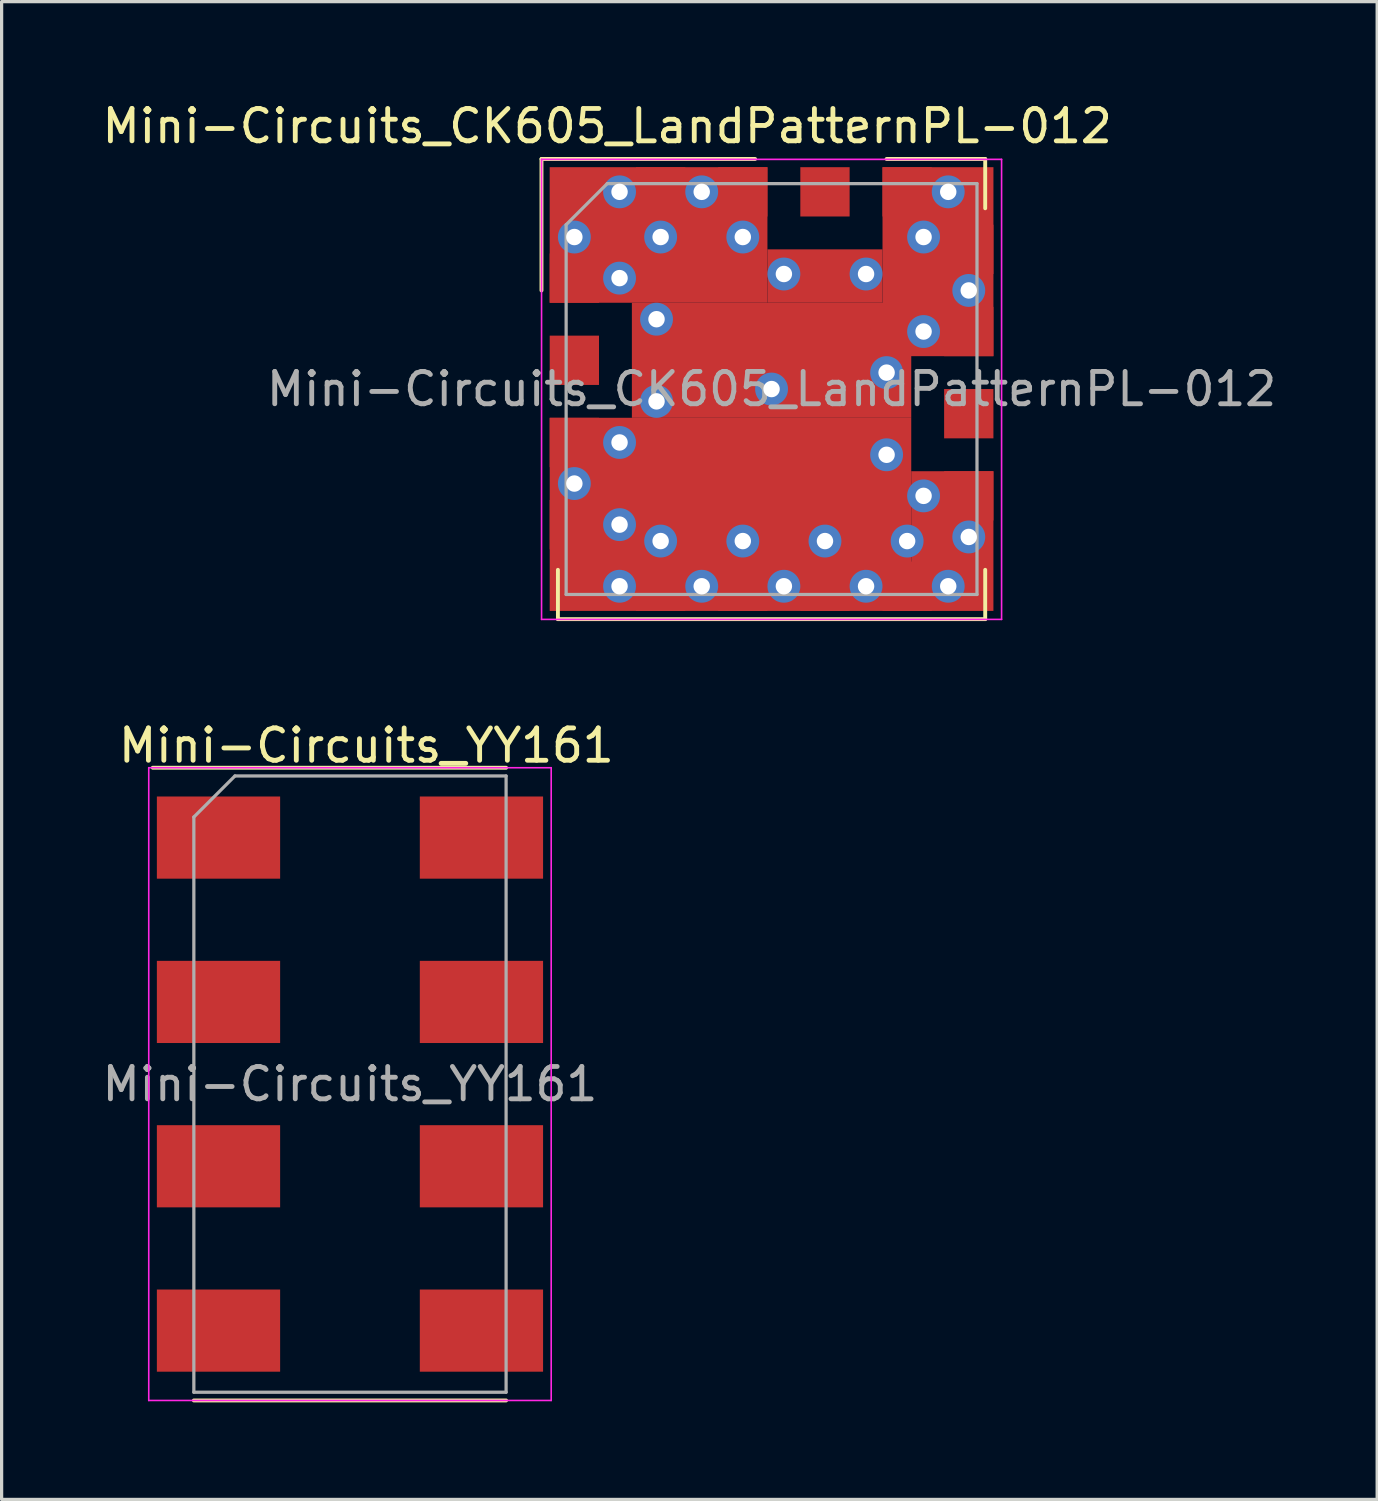
<source format=kicad_pcb>
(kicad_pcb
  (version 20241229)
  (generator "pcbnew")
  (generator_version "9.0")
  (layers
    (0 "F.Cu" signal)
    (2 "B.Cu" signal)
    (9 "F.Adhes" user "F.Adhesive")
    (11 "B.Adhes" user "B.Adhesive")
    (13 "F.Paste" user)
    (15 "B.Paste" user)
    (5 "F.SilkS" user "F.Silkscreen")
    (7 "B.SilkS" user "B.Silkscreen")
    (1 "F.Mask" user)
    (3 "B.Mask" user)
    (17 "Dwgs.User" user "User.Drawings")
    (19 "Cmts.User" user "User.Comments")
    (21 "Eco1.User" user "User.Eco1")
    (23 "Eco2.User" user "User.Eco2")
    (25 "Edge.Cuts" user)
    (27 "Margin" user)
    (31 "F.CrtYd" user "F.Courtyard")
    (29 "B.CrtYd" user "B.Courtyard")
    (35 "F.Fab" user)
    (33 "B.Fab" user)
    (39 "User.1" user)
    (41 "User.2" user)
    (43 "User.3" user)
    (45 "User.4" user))
  (footprint "Mini-Circuits_YY161"
    (layer "F.Cu")
    (at 7.768 30.461)
    (property "Reference" "Mini-Circuits_YY161" (at 0.508 -10.465 0) (layer "F.SilkS") (effects (font (size 1 1) (thickness 0.15))))
    (attr smd)
    (fp_line (start -4.826 9.779) (end 4.826 9.779) (stroke (width 0.12) (type solid)) (layer "F.SilkS"))
    (fp_line (start 4.826 -9.779) (end -6.096 -9.779) (stroke (width 0.12) (type solid)) (layer "F.SilkS"))
    (fp_line (start -6.22 -9.78) (end -6.22 9.78) (stroke (width 0.05) (type solid)) (layer "F.CrtYd"))
    (fp_line (start -6.22 -9.78) (end 6.22 -9.78) (stroke (width 0.05) (type solid)) (layer "F.CrtYd"))
    (fp_line (start 6.22 9.78) (end -6.22 9.78) (stroke (width 0.05) (type solid)) (layer "F.CrtYd"))
    (fp_line (start 6.22 9.78) (end 6.22 -9.78) (stroke (width 0.05) (type solid)) (layer "F.CrtYd"))
    (fp_line (start -4.826 -8.255) (end -4.826 9.525) (stroke (width 0.1) (type solid)) (layer "F.Fab"))
    (fp_line (start -3.556 -9.525) (end -4.826 -8.255) (stroke (width 0.1) (type solid)) (layer "F.Fab"))
    (fp_line (start 4.826 -9.525) (end -3.556 -9.525) (stroke (width 0.1) (type solid)) (layer "F.Fab"))
    (fp_line (start 4.826 9.525) (end -4.826 9.525) (stroke (width 0.1) (type solid)) (layer "F.Fab"))
    (fp_line (start 4.826 9.525) (end 4.826 -9.525) (stroke (width 0.1) (type solid)) (layer "F.Fab"))
    (fp_text user "${REFERENCE}" (at 0 0 0) (layer "F.Fab") (effects (font (size 1 1) (thickness 0.15))))
    (pad "1" smd rect (at -4.064 -7.62 270) (size 2.54 3.81) (layers "F.Cu" "F.Mask" "F.Paste"))
    (pad "2" smd rect (at 4.064 -7.62 270) (size 2.54 3.81) (layers "F.Cu" "F.Mask" "F.Paste"))
    (pad "3" smd rect (at -4.064 -2.54 270) (size 2.54 3.81) (layers "F.Cu" "F.Mask" "F.Paste"))
    (pad "4" smd rect (at 4.064 -2.54 270) (size 2.54 3.81) (layers "F.Cu" "F.Mask" "F.Paste"))
    (pad "5" smd rect (at -4.064 2.54 270) (size 2.54 3.81) (layers "F.Cu" "F.Mask" "F.Paste"))
    (pad "6" smd rect (at 4.064 2.54 270) (size 2.54 3.81) (layers "F.Cu" "F.Mask" "F.Paste"))
    (pad "7" smd rect (at -4.064 7.62 270) (size 2.54 3.81) (layers "F.Cu" "F.Mask" "F.Paste"))
    (pad "8" smd rect (at 4.064 7.62 270) (size 2.54 3.81) (layers "F.Cu" "F.Mask" "F.Paste")))
  (footprint "Mini-Circuits_CK605_LandPatternPL-012"
    (layer "F.Cu")
    (at 20.8 8.976)
    (property "Reference" "Mini-Circuits_CK605_LandPatternPL-012" (at -5.08 -8.128 180) (layer "F.SilkS") (effects (font (size 1 1) (thickness 0.15))))
    (attr smd)
    (fp_line (start -7.112 -7.112) (end -0.508 -7.112) (stroke (width 0.12) (type solid)) (layer "F.SilkS"))
    (fp_line (start -7.112 -3.048) (end -7.112 -7.112) (stroke (width 0.12) (type solid)) (layer "F.SilkS"))
    (fp_line (start -6.604 5.588) (end -6.604 7.112) (stroke (width 0.12) (type solid)) (layer "F.SilkS"))
    (fp_line (start -6.604 7.112) (end 6.604 7.112) (stroke (width 0.12) (type solid)) (layer "F.SilkS"))
    (fp_line (start 3.556 -7.112) (end 6.604 -7.112) (stroke (width 0.12) (type solid)) (layer "F.SilkS"))
    (fp_line (start 6.604 -7.112) (end 6.604 -5.588) (stroke (width 0.12) (type solid)) (layer "F.SilkS"))
    (fp_line (start 6.604 7.112) (end 6.604 5.588) (stroke (width 0.12) (type solid)) (layer "F.SilkS"))
    (fp_line (start -7.11 -7.1) (end -7.11 7.12) (stroke (width 0.05) (type solid)) (layer "F.CrtYd"))
    (fp_line (start -7.11 -7.1) (end 7.11 -7.1) (stroke (width 0.05) (type solid)) (layer "F.CrtYd"))
    (fp_line (start 7.11 7.12) (end -7.11 7.12) (stroke (width 0.05) (type solid)) (layer "F.CrtYd"))
    (fp_line (start 7.11 7.12) (end 7.11 -7.1) (stroke (width 0.05) (type solid)) (layer "F.CrtYd"))
    (fp_line (start -6.35 -5.08) (end -6.35 6.35) (stroke (width 0.1) (type solid)) (layer "F.Fab"))
    (fp_line (start -6.35 -5.08) (end -5.08 -6.35) (stroke (width 0.1) (type solid)) (layer "F.Fab"))
    (fp_line (start -6.35 6.35) (end 6.35 6.35) (stroke (width 0.1) (type solid)) (layer "F.Fab"))
    (fp_line (start 6.35 -6.35) (end -5.08 -6.35) (stroke (width 0.1) (type solid)) (layer "F.Fab"))
    (fp_line (start 6.35 6.35) (end 6.35 -6.35) (stroke (width 0.1) (type solid)) (layer "F.Fab"))
    (fp_text user "${REFERENCE}" (at 0 0 0) (layer "F.Fab") (effects (font (size 1 1) (thickness 0.15))))
    (pad "1" thru_hole circle (at -6.096 -4.699) (size 1.016 1.016) (drill 0.508) (layers "*.Cu"))
    (pad "1" smd rect (at -6.096 -3.429 270) (size 1.524 1.524) (layers "F.Cu" "F.Mask" "F.Paste"))
    (pad "1" thru_hole circle (at -6.096 2.921) (size 1.016 1.016) (drill 0.508) (layers "*.Cu"))
    (pad "1" thru_hole circle (at -4.699 -6.096) (size 1.016 1.016) (drill 0.508) (layers "*.Cu"))
    (pad "1" thru_hole circle (at -4.699 -3.429) (size 1.016 1.016) (drill 0.508) (layers "*.Cu"))
    (pad "1" thru_hole circle (at -4.699 1.651) (size 1.016 1.016) (drill 0.508) (layers "*.Cu"))
    (pad "1" thru_hole circle (at -4.699 4.191) (size 1.016 1.016) (drill 0.508) (layers "*.Cu"))
    (pad "1" thru_hole circle (at -4.699 6.096) (size 1.016 1.016) (drill 0.508) (layers "*.Cu"))
    (pad "1" thru_hole circle (at -3.556 -2.159) (size 1.016 1.016) (drill 0.508) (layers "*.Cu"))
    (pad "1" thru_hole circle (at -3.556 0.381) (size 1.016 1.016) (drill 0.508) (layers "*.Cu"))
    (pad "1" smd rect (at -3.493 -4.763) (size 6.731 4.191) (layers "F.Cu"))
    (pad "1" thru_hole circle (at -3.429 -4.699) (size 1.016 1.016) (drill 0.508) (layers "*.Cu"))
    (pad "1" thru_hole circle (at -3.429 4.699) (size 1.016 1.016) (drill 0.508) (layers "*.Cu"))
    (pad "1" thru_hole circle (at -2.159 -6.096) (size 1.016 1.016) (drill 0.508) (layers "*.Cu"))
    (pad "1" thru_hole circle (at -2.159 6.096) (size 1.016 1.016) (drill 0.508) (layers "*.Cu"))
    (pad "1" smd rect (at -1.27 3.873) (size 11.176 5.969) (layers "F.Cu"))
    (pad "1" thru_hole circle (at -0.889 -4.699) (size 1.016 1.016) (drill 0.508) (layers "*.Cu"))
    (pad "1" thru_hole circle (at -0.889 4.699) (size 1.016 1.016) (drill 0.508) (layers "*.Cu"))
    (pad "1" smd rect (at 0 -0.889) (size 8.636 3.556) (layers "F.Cu"))
    (pad "1" thru_hole circle (at 0 0) (size 1.016 1.016) (drill 0.508) (layers "*.Cu"))
    (pad "1" thru_hole circle (at 0.381 -3.556) (size 1.016 1.016) (drill 0.508) (layers "*.Cu"))
    (pad "1" thru_hole circle (at 0.381 6.096) (size 1.016 1.016) (drill 0.508) (layers "*.Cu"))
    (pad "1" smd rect (at 1.651 -3.493) (size 3.556 1.651) (layers "F.Cu"))
    (pad "1" thru_hole circle (at 1.651 4.699) (size 1.016 1.016) (drill 0.508) (layers "*.Cu"))
    (pad "1" thru_hole circle (at 2.921 -3.556) (size 1.016 1.016) (drill 0.508) (layers "*.Cu"))
    (pad "1" thru_hole circle (at 2.921 6.096) (size 1.016 1.016) (drill 0.508) (layers "*.Cu"))
    (pad "1" thru_hole circle (at 3.556 -0.508) (size 1.016 1.016) (drill 0.508) (layers "*.Cu"))
    (pad "1" thru_hole circle (at 3.556 2.032) (size 1.016 1.016) (drill 0.508) (layers "*.Cu"))
    (pad "1" thru_hole circle (at 4.191 4.699) (size 1.016 1.016) (drill 0.508) (layers "*.Cu"))
    (pad "1" thru_hole circle (at 4.699 -4.699) (size 1.016 1.016) (drill 0.508) (layers "*.Cu"))
    (pad "1" thru_hole circle (at 4.699 -1.778) (size 1.016 1.016) (drill 0.508) (layers "*.Cu"))
    (pad "1" thru_hole circle (at 4.699 3.302) (size 1.016 1.016) (drill 0.508) (layers "*.Cu"))
    (pad "1" smd rect (at 5.144 -3.937) (size 3.429 5.842) (layers "F.Cu"))
    (pad "1" thru_hole circle (at 5.461 -6.096) (size 1.016 1.016) (drill 0.508) (layers "*.Cu"))
    (pad "1" thru_hole circle (at 5.461 6.096) (size 1.016 1.016) (drill 0.508) (layers "*.Cu"))
    (pad "1" smd rect (at 5.588 4.699) (size 2.54 4.318) (layers "F.Cu"))
    (pad "1" thru_hole circle (at 6.096 -3.048) (size 1.016 1.016) (drill 0.508) (layers "*.Cu"))
    (pad "1" thru_hole circle (at 6.096 4.572) (size 1.016 1.016) (drill 0.508) (layers "*.Cu"))
    (pad "2" smd rect (at -6.096 -0.889 270) (size 1.524 1.524) (layers "F.Cu" "F.Mask" "F.Paste"))
    (pad "3" smd rect (at -6.096 1.651 270) (size 1.524 1.524) (layers "F.Cu" "F.Mask" "F.Paste"))
    (pad "4" smd rect (at -6.096 4.191 270) (size 1.524 1.524) (layers "F.Cu" "F.Mask" "F.Paste"))
    (pad "5" smd rect (at -3.429 6.096 270) (size 1.524 1.524) (layers "F.Cu" "F.Mask" "F.Paste"))
    (pad "6" smd rect (at -0.889 6.096 270) (size 1.524 1.524) (layers "F.Cu" "F.Mask" "F.Paste"))
    (pad "7" smd rect (at 1.651 6.096 270) (size 1.524 1.524) (layers "F.Cu" "F.Mask" "F.Paste"))
    (pad "8" smd rect (at 4.191 6.096 270) (size 1.524 1.524) (layers "F.Cu" "F.Mask" "F.Paste"))
    (pad "9" smd rect (at 6.096 3.302 270) (size 1.524 1.524) (layers "F.Cu" "F.Mask" "F.Paste"))
    (pad "10" smd rect (at 6.096 0.762 270) (size 1.524 1.524) (layers "F.Cu" "F.Mask" "F.Paste"))
    (pad "11" smd rect (at 6.096 -1.778 270) (size 1.524 1.524) (layers "F.Cu" "F.Mask" "F.Paste"))
    (pad "12" smd rect (at 6.096 -4.318 270) (size 1.524 1.524) (layers "F.Cu" "F.Mask" "F.Paste"))
    (pad "13" smd rect (at 4.191 -6.096 270) (size 1.524 1.524) (layers "F.Cu" "F.Mask" "F.Paste"))
    (pad "14" smd rect (at 1.651 -6.096 270) (size 1.524 1.524) (layers "F.Cu" "F.Mask" "F.Paste"))
    (pad "15" smd rect (at -0.889 -6.096 270) (size 1.524 1.524) (layers "F.Cu" "F.Mask" "F.Paste"))
    (pad "16" smd rect (at -3.429 -6.096 270) (size 1.524 1.524) (layers "F.Cu" "F.Mask" "F.Paste")))
  (gr_rect
    (start -3 -3)
    (end 39.52 43.3)
    (stroke (width 0.1) (type default))
    (fill no)
    (layer "Edge.Cuts")))
</source>
